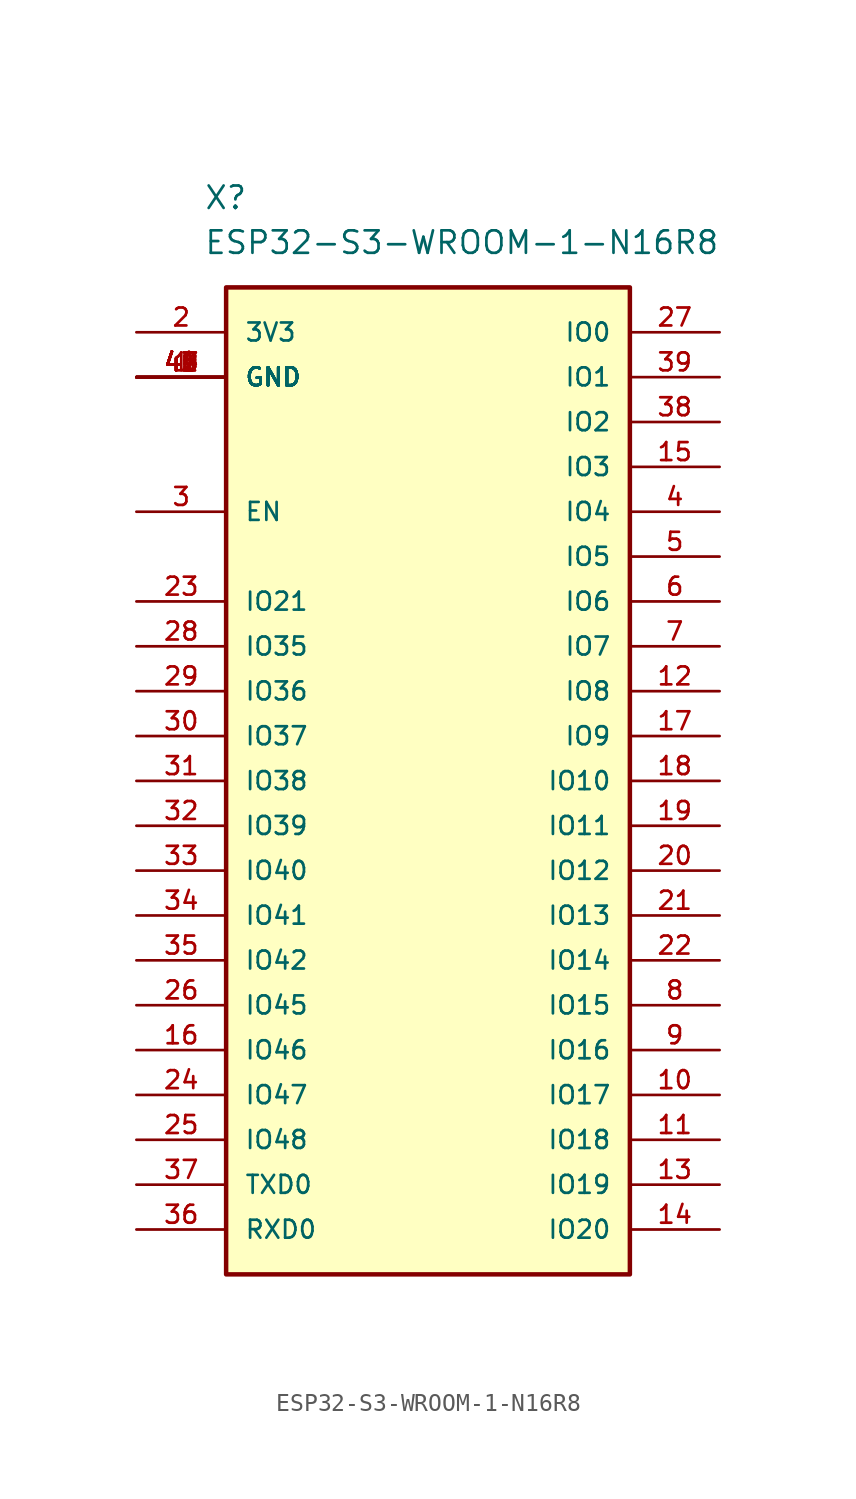
<source format=kicad_sym>
(kicad_symbol_lib
  (version 20211014)
  (generator kicad_symbol_editor)
  (symbol "ESP32-S3-WROOM-1-N16R8"
    (pin_names
      (offset 1.016))
    (property "Reference" "X"
      (at -1.27 5.08 0)
      (effects (font (size 1.27 1.27)) (justify left)))
    (property "Value" "ESP32-S3-WROOM-1-N16R8"
      (at -1.27 2.54 0)
      (effects (font (size 1.27 1.27)) (justify left)))
    (symbol "ESP32-S3-WROOM-1-N16R8_0_0"
      (rectangle (start -1.7763568394e-15 -55.88) (end 22.86 3.5527136788e-15) (stroke (width 0.254)) (fill (type background)))
      (pin bidirectional line (at -5.08 -5.08 0) (length 5.08) (name "GND" (effects (font (size 1.016 1.016)))) (number "1" (effects (font (size 1.016 1.016)))))
      (pin bidirectional line (at -5.08 -5.08 0) (length 5.08) (name "GND" (effects (font (size 1.016 1.016)))) (number "40" (effects (font (size 1.016 1.016)))))
      (pin bidirectional line (at -5.08 -5.08 0) (length 5.08) (name "GND" (effects (font (size 1.016 1.016)))) (number "41" (effects (font (size 1.016 1.016)))))
      (pin bidirectional line (at -5.08 -5.08 0) (length 5.08) (name "GND" (effects (font (size 1.016 1.016)))) (number "42" (effects (font (size 1.016 1.016)))))
      (pin bidirectional line (at -5.08 -5.08 0) (length 5.08) (name "GND" (effects (font (size 1.016 1.016)))) (number "43" (effects (font (size 1.016 1.016)))))
      (pin bidirectional line (at -5.08 -5.08 0) (length 5.08) (name "GND" (effects (font (size 1.016 1.016)))) (number "44" (effects (font (size 1.016 1.016)))))
      (pin bidirectional line (at -5.08 -5.08 0) (length 5.08) (name "GND" (effects (font (size 1.016 1.016)))) (number "45" (effects (font (size 1.016 1.016)))))
      (pin bidirectional line (at -5.08 -5.08 0) (length 5.08) (name "GND" (effects (font (size 1.016 1.016)))) (number "46" (effects (font (size 1.016 1.016)))))
      (pin bidirectional line (at -5.08 -5.08 0) (length 5.08) (name "GND" (effects (font (size 1.016 1.016)))) (number "47" (effects (font (size 1.016 1.016)))))
      (pin bidirectional line (at -5.08 -5.08 0) (length 5.08) (name "GND" (effects (font (size 1.016 1.016)))) (number "48" (effects (font (size 1.016 1.016)))))
      (pin bidirectional line (at -5.08 -5.08 0) (length 5.08) (name "GND" (effects (font (size 1.016 1.016)))) (number "49" (effects (font (size 1.016 1.016)))))
      (pin bidirectional line (at -5.08 -2.54 0) (length 5.08) (name "3V3" (effects (font (size 1.016 1.016)))) (number "2" (effects (font (size 1.016 1.016)))))
      (pin bidirectional line (at -5.08 -12.7 0) (length 5.08) (name "EN" (effects (font (size 1.016 1.016)))) (number "3" (effects (font (size 1.016 1.016)))))
      (pin bidirectional line (at 27.94 -12.7 180.0) (length 5.08) (name "IO4" (effects (font (size 1.016 1.016)))) (number "4" (effects (font (size 1.016 1.016)))))
      (pin bidirectional line (at 27.94 -15.24 180.0) (length 5.08) (name "IO5" (effects (font (size 1.016 1.016)))) (number "5" (effects (font (size 1.016 1.016)))))
      (pin bidirectional line (at 27.94 -17.78 180.0) (length 5.08) (name "IO6" (effects (font (size 1.016 1.016)))) (number "6" (effects (font (size 1.016 1.016)))))
      (pin bidirectional line (at 27.94 -20.32 180.0) (length 5.08) (name "IO7" (effects (font (size 1.016 1.016)))) (number "7" (effects (font (size 1.016 1.016)))))
      (pin bidirectional line (at 27.94 -40.64 180.0) (length 5.08) (name "IO15" (effects (font (size 1.016 1.016)))) (number "8" (effects (font (size 1.016 1.016)))))
      (pin bidirectional line (at 27.94 -43.18 180.0) (length 5.08) (name "IO16" (effects (font (size 1.016 1.016)))) (number "9" (effects (font (size 1.016 1.016)))))
      (pin bidirectional line (at 27.94 -45.72 180.0) (length 5.08) (name "IO17" (effects (font (size 1.016 1.016)))) (number "10" (effects (font (size 1.016 1.016)))))
      (pin bidirectional line (at 27.94 -48.26 180.0) (length 5.08) (name "IO18" (effects (font (size 1.016 1.016)))) (number "11" (effects (font (size 1.016 1.016)))))
      (pin bidirectional line (at 27.94 -22.86 180.0) (length 5.08) (name "IO8" (effects (font (size 1.016 1.016)))) (number "12" (effects (font (size 1.016 1.016)))))
      (pin bidirectional line (at 27.94 -50.8 180.0) (length 5.08) (name "IO19" (effects (font (size 1.016 1.016)))) (number "13" (effects (font (size 1.016 1.016)))))
      (pin bidirectional line (at 27.94 -53.34 180.0) (length 5.08) (name "IO20" (effects (font (size 1.016 1.016)))) (number "14" (effects (font (size 1.016 1.016)))))
      (pin bidirectional line (at 27.94 -10.16 180.0) (length 5.08) (name "IO3" (effects (font (size 1.016 1.016)))) (number "15" (effects (font (size 1.016 1.016)))))
      (pin bidirectional line (at -5.08 -43.18 0) (length 5.08) (name "IO46" (effects (font (size 1.016 1.016)))) (number "16" (effects (font (size 1.016 1.016)))))
      (pin bidirectional line (at 27.94 -25.4 180.0) (length 5.08) (name "IO9" (effects (font (size 1.016 1.016)))) (number "17" (effects (font (size 1.016 1.016)))))
      (pin bidirectional line (at 27.94 -27.94 180.0) (length 5.08) (name "IO10" (effects (font (size 1.016 1.016)))) (number "18" (effects (font (size 1.016 1.016)))))
      (pin bidirectional line (at 27.94 -30.48 180.0) (length 5.08) (name "IO11" (effects (font (size 1.016 1.016)))) (number "19" (effects (font (size 1.016 1.016)))))
      (pin bidirectional line (at 27.94 -33.02 180.0) (length 5.08) (name "IO12" (effects (font (size 1.016 1.016)))) (number "20" (effects (font (size 1.016 1.016)))))
      (pin bidirectional line (at 27.94 -35.56 180.0) (length 5.08) (name "IO13" (effects (font (size 1.016 1.016)))) (number "21" (effects (font (size 1.016 1.016)))))
      (pin bidirectional line (at 27.94 -38.1 180.0) (length 5.08) (name "IO14" (effects (font (size 1.016 1.016)))) (number "22" (effects (font (size 1.016 1.016)))))
      (pin bidirectional line (at -5.08 -17.78 0) (length 5.08) (name "IO21" (effects (font (size 1.016 1.016)))) (number "23" (effects (font (size 1.016 1.016)))))
      (pin bidirectional line (at -5.08 -45.72 0) (length 5.08) (name "IO47" (effects (font (size 1.016 1.016)))) (number "24" (effects (font (size 1.016 1.016)))))
      (pin bidirectional line (at -5.08 -48.26 0) (length 5.08) (name "IO48" (effects (font (size 1.016 1.016)))) (number "25" (effects (font (size 1.016 1.016)))))
      (pin bidirectional line (at -5.08 -40.64 0) (length 5.08) (name "IO45" (effects (font (size 1.016 1.016)))) (number "26" (effects (font (size 1.016 1.016)))))
      (pin bidirectional line (at 27.94 -2.54 180.0) (length 5.08) (name "IO0" (effects (font (size 1.016 1.016)))) (number "27" (effects (font (size 1.016 1.016)))))
      (pin bidirectional line (at -5.08 -20.32 0) (length 5.08) (name "IO35" (effects (font (size 1.016 1.016)))) (number "28" (effects (font (size 1.016 1.016)))))
      (pin bidirectional line (at -5.08 -22.86 0) (length 5.08) (name "IO36" (effects (font (size 1.016 1.016)))) (number "29" (effects (font (size 1.016 1.016)))))
      (pin bidirectional line (at -5.08 -25.4 0) (length 5.08) (name "IO37" (effects (font (size 1.016 1.016)))) (number "30" (effects (font (size 1.016 1.016)))))
      (pin bidirectional line (at -5.08 -27.94 0) (length 5.08) (name "IO38" (effects (font (size 1.016 1.016)))) (number "31" (effects (font (size 1.016 1.016)))))
      (pin bidirectional line (at -5.08 -30.48 0) (length 5.08) (name "IO39" (effects (font (size 1.016 1.016)))) (number "32" (effects (font (size 1.016 1.016)))))
      (pin bidirectional line (at -5.08 -33.02 0) (length 5.08) (name "IO40" (effects (font (size 1.016 1.016)))) (number "33" (effects (font (size 1.016 1.016)))))
      (pin bidirectional line (at -5.08 -35.56 0) (length 5.08) (name "IO41" (effects (font (size 1.016 1.016)))) (number "34" (effects (font (size 1.016 1.016)))))
      (pin bidirectional line (at -5.08 -38.1 0) (length 5.08) (name "IO42" (effects (font (size 1.016 1.016)))) (number "35" (effects (font (size 1.016 1.016)))))
      (pin bidirectional line (at -5.08 -53.34 0) (length 5.08) (name "RXD0" (effects (font (size 1.016 1.016)))) (number "36" (effects (font (size 1.016 1.016)))))
      (pin bidirectional line (at -5.08 -50.8 0) (length 5.08) (name "TXD0" (effects (font (size 1.016 1.016)))) (number "37" (effects (font (size 1.016 1.016)))))
      (pin bidirectional line (at 27.94 -7.62 180.0) (length 5.08) (name "IO2" (effects (font (size 1.016 1.016)))) (number "38" (effects (font (size 1.016 1.016)))))
      (pin bidirectional line (at 27.94 -5.08 180.0) (length 5.08) (name "IO1" (effects (font (size 1.016 1.016)))) (number "39" (effects (font (size 1.016 1.016))))))))
</source>
